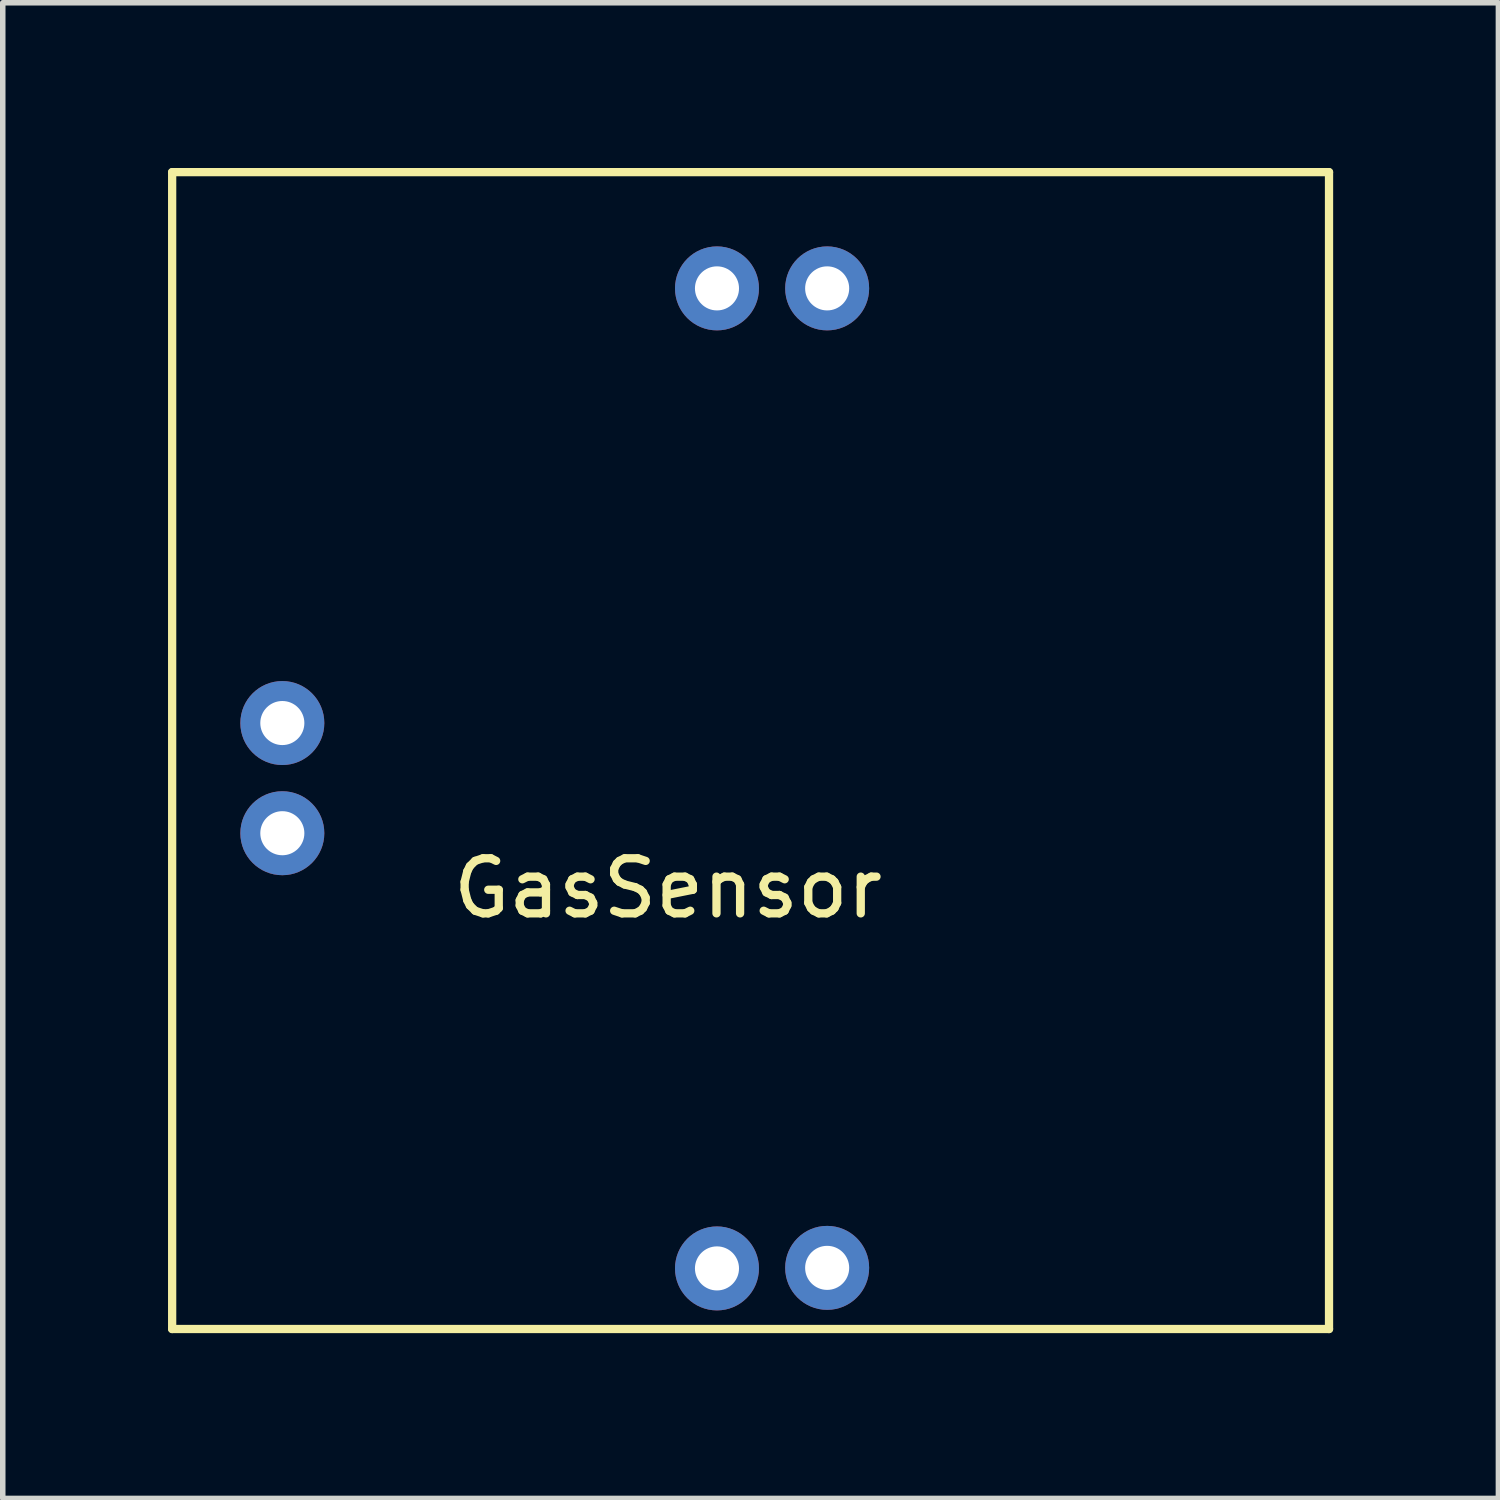
<source format=kicad_pcb>
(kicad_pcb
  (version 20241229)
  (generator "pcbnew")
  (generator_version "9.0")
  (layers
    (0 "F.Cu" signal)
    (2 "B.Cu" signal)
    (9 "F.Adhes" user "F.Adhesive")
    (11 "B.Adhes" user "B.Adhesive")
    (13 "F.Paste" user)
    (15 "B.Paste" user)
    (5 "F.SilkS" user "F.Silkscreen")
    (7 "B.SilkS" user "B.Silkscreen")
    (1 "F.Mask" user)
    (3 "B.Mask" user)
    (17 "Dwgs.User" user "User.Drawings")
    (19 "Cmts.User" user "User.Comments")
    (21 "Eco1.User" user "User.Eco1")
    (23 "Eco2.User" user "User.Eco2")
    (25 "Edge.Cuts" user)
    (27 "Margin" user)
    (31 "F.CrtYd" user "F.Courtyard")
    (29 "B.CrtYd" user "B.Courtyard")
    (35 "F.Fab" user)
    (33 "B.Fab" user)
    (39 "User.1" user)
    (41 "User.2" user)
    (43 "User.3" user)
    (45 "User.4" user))
  (footprint "GasSensor"
    (layer "F.Cu")
    (at 3.075 15.075)
    (property "Reference" "GasSensor" (at 6 -2 0) (layer "F.SilkS") (effects (font (size 1 1) (thickness 0.15))))
    (attr through_hole)
    (fp_line (start -3 -15) (end -3 6) (stroke (width 0.15) (type solid)) (layer "F.SilkS"))
    (fp_line (start -3 6) (end 18 6) (stroke (width 0.15) (type solid)) (layer "F.SilkS"))
    (fp_line (start 18 -15) (end -3 -15) (stroke (width 0.15) (type solid)) (layer "F.SilkS"))
    (fp_line (start 18 6) (end 18 -15) (stroke (width 0.15) (type solid)) (layer "F.SilkS"))
    (pad "1" thru_hole circle (at 6.89 4.9) (size 1.524 1.524) (drill 0.8) (layers "*.Cu" "*.Mask"))
    (pad "2" thru_hole circle (at -1 -3) (size 1.524 1.524) (drill 0.8) (layers "*.Cu" "*.Mask"))
    (pad "3" thru_hole circle (at -1 -5) (size 1.524 1.524) (drill 0.8) (layers "*.Cu" "*.Mask"))
    (pad "4" thru_hole circle (at 6.89 -12.89) (size 1.524 1.524) (drill 0.8) (layers "*.Cu" "*.Mask"))
    (pad "5" thru_hole circle (at 8.89 -12.89) (size 1.524 1.524) (drill 0.8) (layers "*.Cu" "*.Mask"))
    (pad "6" thru_hole circle (at 8.89 4.89) (size 1.524 1.524) (drill 0.8) (layers "*.Cu" "*.Mask")))
  (gr_rect
    (start -3 -3)
    (end 24.15 24.15)
    (stroke (width 0.1) (type default))
    (fill no)
    (layer "Edge.Cuts")))
</source>
